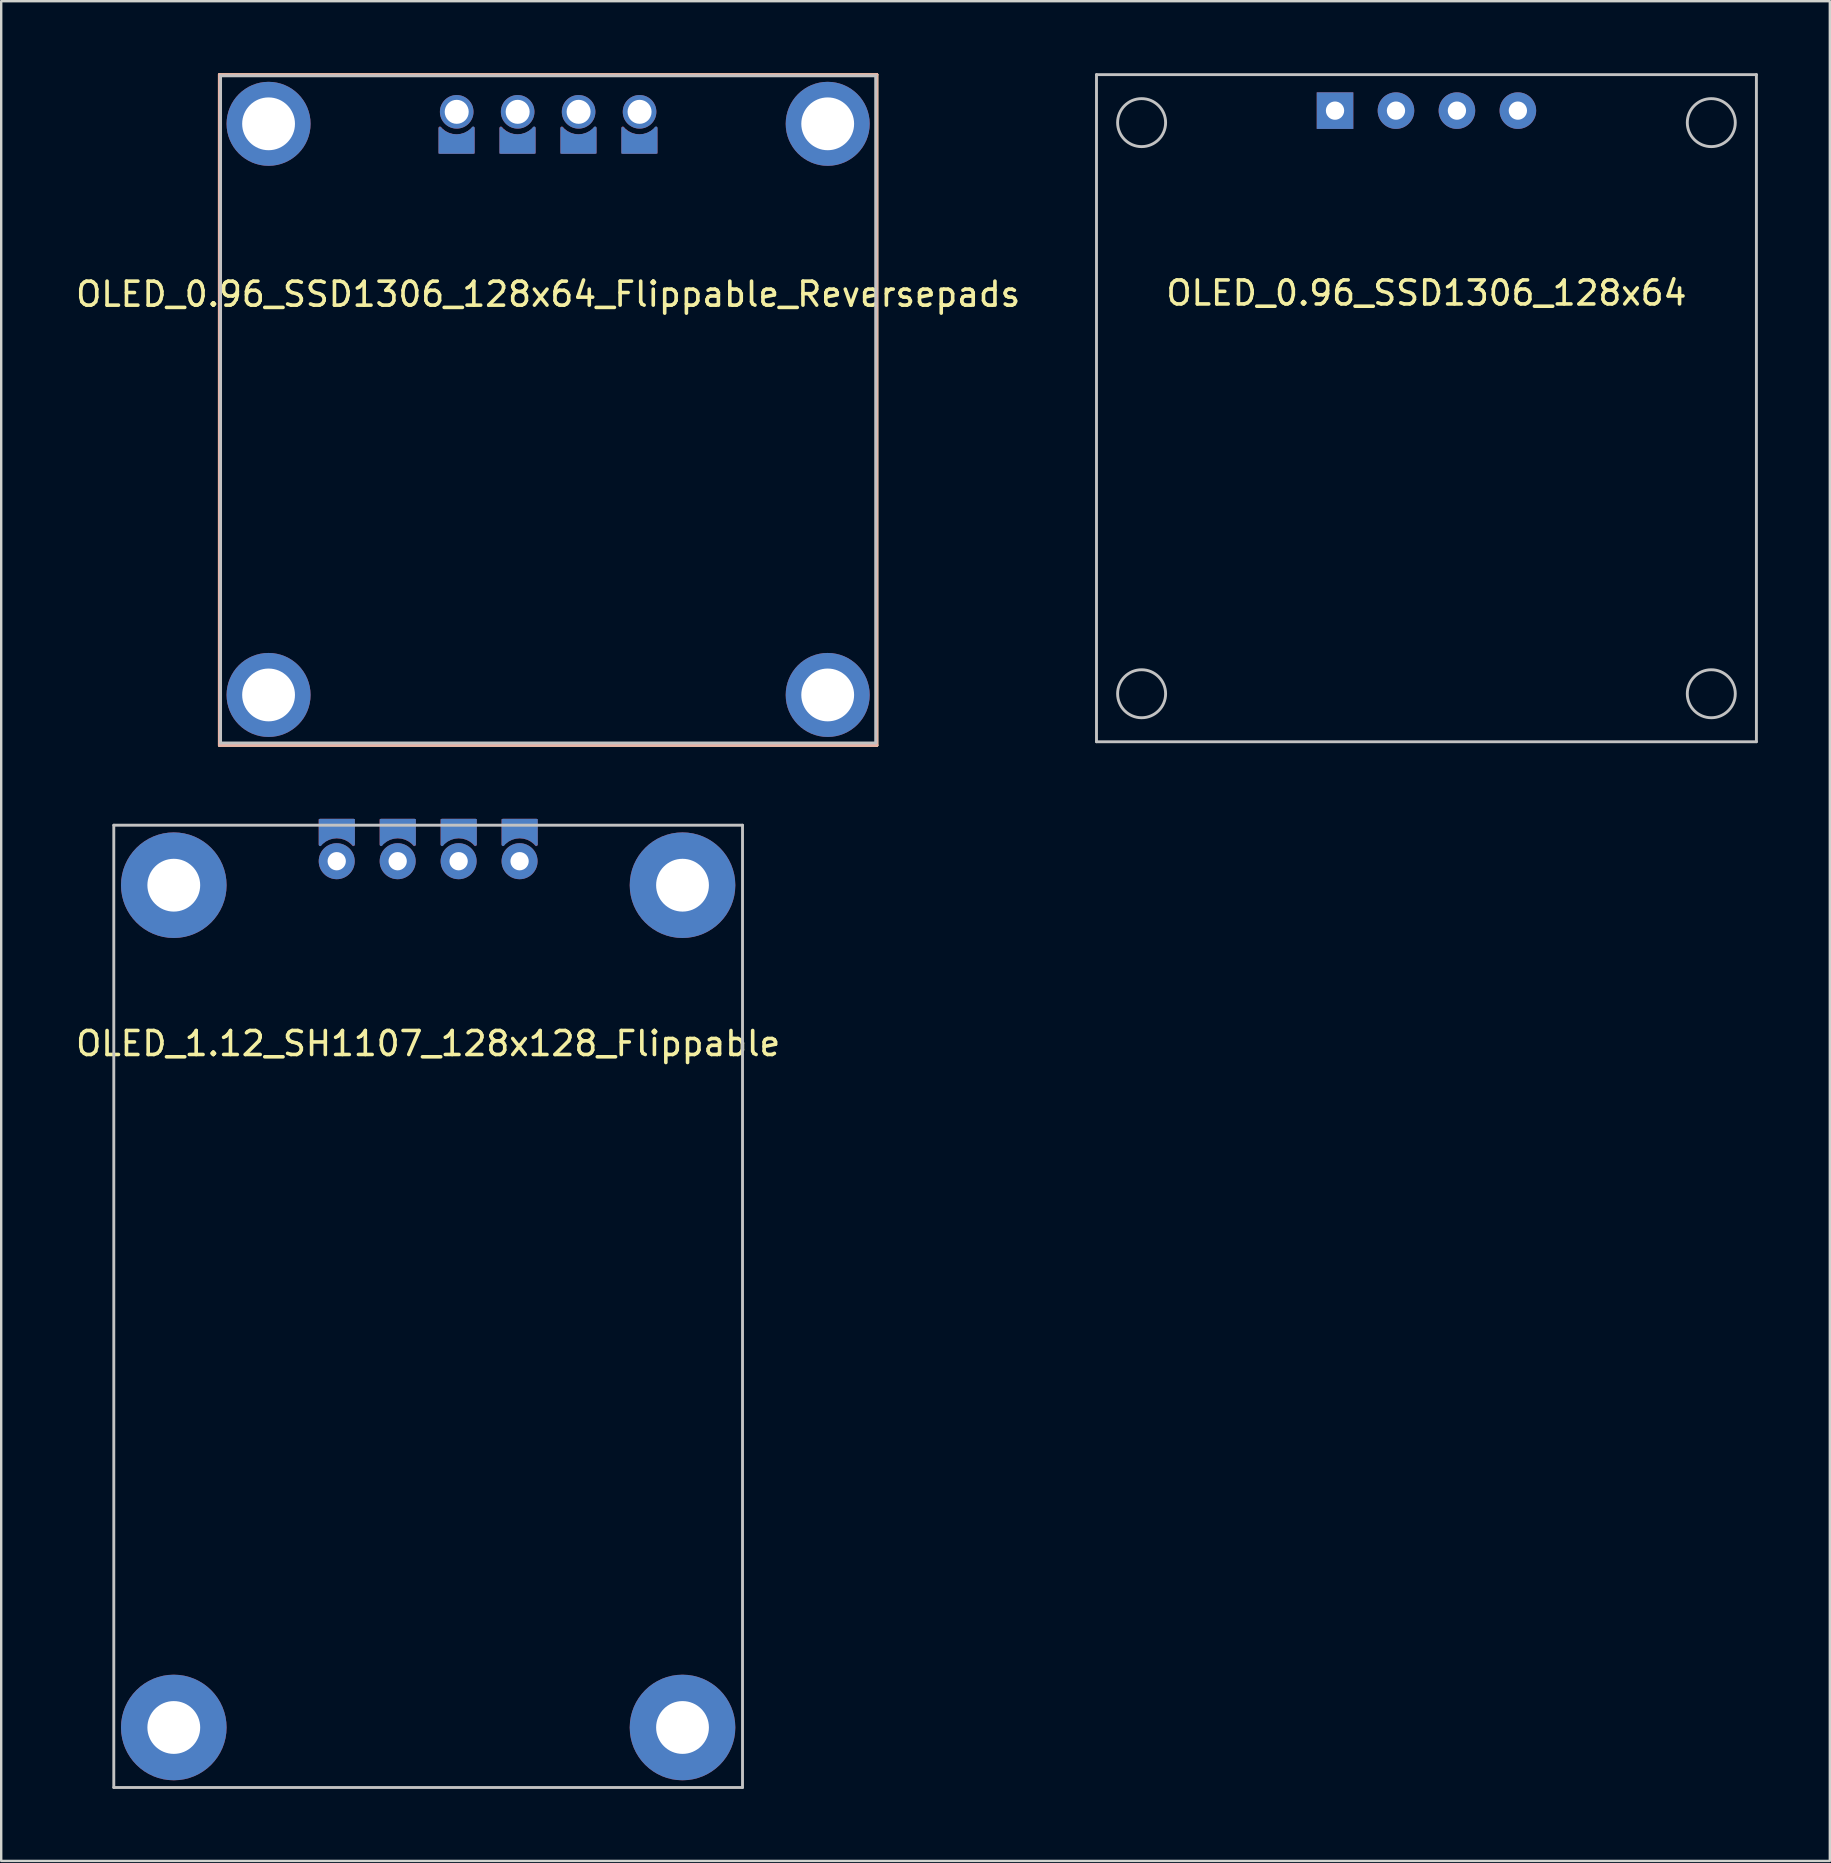
<source format=kicad_pcb>
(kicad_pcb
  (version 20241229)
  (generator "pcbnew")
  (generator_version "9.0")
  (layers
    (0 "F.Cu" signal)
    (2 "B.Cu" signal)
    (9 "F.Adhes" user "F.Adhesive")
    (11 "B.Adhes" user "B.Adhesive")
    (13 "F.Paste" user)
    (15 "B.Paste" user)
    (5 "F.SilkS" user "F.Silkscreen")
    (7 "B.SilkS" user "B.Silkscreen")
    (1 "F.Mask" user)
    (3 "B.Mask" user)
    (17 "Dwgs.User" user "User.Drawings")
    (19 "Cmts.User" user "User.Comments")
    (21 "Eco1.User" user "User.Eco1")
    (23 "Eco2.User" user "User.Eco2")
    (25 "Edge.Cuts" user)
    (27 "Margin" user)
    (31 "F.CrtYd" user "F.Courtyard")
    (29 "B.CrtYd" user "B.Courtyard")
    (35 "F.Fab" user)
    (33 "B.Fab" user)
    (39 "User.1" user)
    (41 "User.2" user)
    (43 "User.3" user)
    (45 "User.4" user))
  (footprint "OLED_1.12_SH1107_128x128_Flippable"
    (layer "F.Cu")
    (at 14.792 32.838)
    (property "Reference" "OLED_1.12_SH1107_128x128_Flippable" (at 0 7.6 0) (layer "F.SilkS") (effects (font (size 1 1) (thickness 0.15))))
    (attr through_hole)
    (fp_line (start -13.1 -1.5) (end 13.1 -1.5) (stroke (width 0.12) (type solid)) (layer "Dwgs.User"))
    (fp_line (start -13.1 38.6) (end -13.1 -1.5) (stroke (width 0.12) (type solid)) (layer "Dwgs.User"))
    (fp_line (start -13.1 38.6) (end 13.1 38.6) (stroke (width 0.12) (type solid)) (layer "Dwgs.User"))
    (fp_line (start 13.1 38.6) (end 13.1 -1.5) (stroke (width 0.12) (type solid)) (layer "Dwgs.User"))
    (pad "" thru_hole circle (at -10.6 1) (size 4.4 4.4) (drill 2.2) (layers "*.Cu" "*.Mask"))
    (pad "" thru_hole circle (at -10.6 36.1) (size 4.4 4.4) (drill 2.2) (layers "*.Cu" "*.Mask"))
    (pad "" thru_hole circle (at -3.81 0 90) (size 1.5 1.5) (drill 0.762) (layers "*.Cu" "*.Mask"))
    (pad "" thru_hole circle (at -1.27 0 90) (size 1.5 1.5) (drill 0.762) (layers "*.Cu" "*.Mask"))
    (pad "" thru_hole circle (at 1.27 0 90) (size 1.5 1.5) (drill 0.762) (layers "*.Cu" "*.Mask"))
    (pad "" thru_hole circle (at 3.81 0 90) (size 1.5 1.5) (drill 0.762) (layers "*.Cu" "*.Mask"))
    (pad "" thru_hole circle (at 10.6 1) (size 4.4 4.4) (drill 2.2) (layers "*.Cu" "*.Mask"))
    (pad "" thru_hole circle (at 10.6 36.1) (size 4.4 4.4) (drill 2.2) (layers "*.Cu" "*.Mask"))
    (pad "1" smd custom (at -3.803 -1.358 270) (size 0.8 1.5) (layers "B.Cu" "B.Mask") (options (anchor rect)) (primitives (gr_poly (pts (xy 0.56 -0.67) (xy 0.34 -0.67) (xy 0.34 -0.3)) (width 0.1) (fill yes)) (gr_line (start 0.67 0.697) (end -0.35 0.697) (width 0.12)) (gr_poly (pts (xy 0.54 0.67) (xy 0.32 0.67) (xy 0.32 0.3)) (width 0.1) (fill yes)) (gr_line (start -0.35 0.697) (end -0.35 -0.69) (width 0.12)) (gr_arc (start 0.67 0.697) (mid 0.346836 0.006416) (end 0.660264 -0.68864) (width 0.12)) (gr_line (start -0.35 -0.69) (end 0.66 -0.69) (width 0.12))))
    (pad "1" smd custom (at 3.808 -1.357 270) (size 0.8 1.5) (layers "F.Cu" "F.Mask") (options (anchor rect)) (primitives (gr_poly (pts (xy 0.56 0.67) (xy 0.34 0.67) (xy 0.34 0.3)) (width 0.1) (fill yes)) (gr_line (start 0.67 -0.697) (end -0.35 -0.697) (width 0.12)) (gr_poly (pts (xy 0.54 -0.67) (xy 0.32 -0.67) (xy 0.32 -0.3)) (width 0.1) (fill yes)) (gr_line (start -0.35 -0.697) (end -0.35 0.69) (width 0.12)) (gr_arc (start 0.660264 0.68864) (mid 0.346837 -0.006416) (end 0.67 -0.697) (width 0.12)) (gr_line (start -0.35 0.69) (end 0.66 0.69) (width 0.12))))
    (pad "2" smd custom (at -1.263 -1.358 270) (size 0.8 1.5) (layers "B.Cu" "B.Mask") (options (anchor rect)) (primitives (gr_poly (pts (xy 0.56 -0.67) (xy 0.34 -0.67) (xy 0.34 -0.3)) (width 0.1) (fill yes)) (gr_line (start 0.67 0.697) (end -0.35 0.697) (width 0.12)) (gr_poly (pts (xy 0.54 0.67) (xy 0.32 0.67) (xy 0.32 0.3)) (width 0.1) (fill yes)) (gr_line (start -0.35 0.697) (end -0.35 -0.69) (width 0.12)) (gr_arc (start 0.67 0.697) (mid 0.346836 0.006416) (end 0.660264 -0.68864) (width 0.12)) (gr_line (start -0.35 -0.69) (end 0.66 -0.69) (width 0.12))))
    (pad "2" smd custom (at 1.268 -1.357 270) (size 0.8 1.5) (layers "F.Cu" "F.Mask") (options (anchor rect)) (primitives (gr_poly (pts (xy 0.56 0.67) (xy 0.34 0.67) (xy 0.34 0.3)) (width 0.1) (fill yes)) (gr_line (start 0.67 -0.697) (end -0.35 -0.697) (width 0.12)) (gr_poly (pts (xy 0.54 -0.67) (xy 0.32 -0.67) (xy 0.32 -0.3)) (width 0.1) (fill yes)) (gr_line (start -0.35 -0.697) (end -0.35 0.69) (width 0.12)) (gr_arc (start 0.660264 0.68864) (mid 0.346837 -0.006416) (end 0.67 -0.697) (width 0.12)) (gr_line (start -0.35 0.69) (end 0.66 0.69) (width 0.12))))
    (pad "3" smd custom (at -1.272 -1.357 270) (size 0.8 1.5) (layers "F.Cu" "F.Mask") (options (anchor rect)) (primitives (gr_poly (pts (xy 0.56 0.67) (xy 0.34 0.67) (xy 0.34 0.3)) (width 0.1) (fill yes)) (gr_line (start 0.67 -0.697) (end -0.35 -0.697) (width 0.12)) (gr_poly (pts (xy 0.54 -0.67) (xy 0.32 -0.67) (xy 0.32 -0.3)) (width 0.1) (fill yes)) (gr_line (start -0.35 -0.697) (end -0.35 0.69) (width 0.12)) (gr_arc (start 0.660264 0.68864) (mid 0.346837 -0.006416) (end 0.67 -0.697) (width 0.12)) (gr_line (start -0.35 0.69) (end 0.66 0.69) (width 0.12))))
    (pad "3" smd custom (at 1.277 -1.358 270) (size 0.8 1.5) (layers "B.Cu" "B.Mask") (options (anchor rect)) (primitives (gr_poly (pts (xy 0.56 -0.67) (xy 0.34 -0.67) (xy 0.34 -0.3)) (width 0.1) (fill yes)) (gr_line (start 0.67 0.697) (end -0.35 0.697) (width 0.12)) (gr_poly (pts (xy 0.54 0.67) (xy 0.32 0.67) (xy 0.32 0.3)) (width 0.1) (fill yes)) (gr_line (start -0.35 0.697) (end -0.35 -0.69) (width 0.12)) (gr_arc (start 0.67 0.697) (mid 0.346836 0.006416) (end 0.660264 -0.68864) (width 0.12)) (gr_line (start -0.35 -0.69) (end 0.66 -0.69) (width 0.12))))
    (pad "4" smd custom (at -3.812 -1.357 270) (size 0.8 1.5) (layers "F.Cu" "F.Mask") (options (anchor rect)) (primitives (gr_poly (pts (xy 0.56 0.67) (xy 0.34 0.67) (xy 0.34 0.3)) (width 0.1) (fill yes)) (gr_line (start 0.67 -0.697) (end -0.35 -0.697) (width 0.12)) (gr_poly (pts (xy 0.54 -0.67) (xy 0.32 -0.67) (xy 0.32 -0.3)) (width 0.1) (fill yes)) (gr_line (start -0.35 -0.697) (end -0.35 0.69) (width 0.12)) (gr_arc (start 0.660264 0.68864) (mid 0.346837 -0.006416) (end 0.67 -0.697) (width 0.12)) (gr_line (start -0.35 0.69) (end 0.66 0.69) (width 0.12))))
    (pad "4" smd custom (at 3.817 -1.358 270) (size 0.8 1.5) (layers "B.Cu" "B.Mask") (options (anchor rect)) (primitives (gr_poly (pts (xy 0.56 -0.67) (xy 0.34 -0.67) (xy 0.34 -0.3)) (width 0.1) (fill yes)) (gr_line (start 0.67 0.697) (end -0.35 0.697) (width 0.12)) (gr_poly (pts (xy 0.54 0.67) (xy 0.32 0.67) (xy 0.32 0.3)) (width 0.1) (fill yes)) (gr_line (start -0.35 0.697) (end -0.35 -0.69) (width 0.12)) (gr_arc (start 0.67 0.697) (mid 0.346836 0.006416) (end 0.660264 -0.68864) (width 0.12)) (gr_line (start -0.35 -0.69) (end 0.66 -0.69) (width 0.12)))))
  (footprint "OLED_0.96_SSD1306_128x64"
    (layer "F.Cu")
    (at 56.393 1.56)
    (property "Reference" "OLED_0.96_SSD1306_128x64" (at 0 7.6 0) (layer "F.SilkS") (effects (font (size 1 1) (thickness 0.15))))
    (attr through_hole)
    (fp_line (start -13.75 -1.5) (end 13.75 -1.5) (stroke (width 0.12) (type solid)) (layer "Dwgs.User"))
    (fp_line (start -13.75 26.3) (end -13.75 -1.5) (stroke (width 0.12) (type solid)) (layer "Dwgs.User"))
    (fp_line (start -13.75 26.3) (end 13.75 26.3) (stroke (width 0.12) (type solid)) (layer "Dwgs.User"))
    (fp_line (start 13.75 26.3) (end 13.75 -1.5) (stroke (width 0.12) (type solid)) (layer "Dwgs.User"))
    (fp_circle (center -11.87 0.5) (end -10.87 0.5) (stroke (width 0.12) (type solid)) (fill no) (layer "Dwgs.User"))
    (fp_circle (center -11.87 24.3) (end -10.87 24.3) (stroke (width 0.12) (type solid)) (fill no) (layer "Dwgs.User"))
    (fp_circle (center 11.87 0.5) (end 12.87 0.5) (stroke (width 0.12) (type solid)) (fill no) (layer "Dwgs.User"))
    (fp_circle (center 11.87 24.3) (end 12.87 24.3) (stroke (width 0.12) (type solid)) (fill no) (layer "Dwgs.User"))
    (pad "1" thru_hole rect (at -3.81 0) (size 1.524 1.524) (drill 0.762) (layers "*.Cu" "*.Mask"))
    (pad "2" thru_hole circle (at -1.27 0) (size 1.524 1.524) (drill 0.762) (layers "*.Cu" "*.Mask"))
    (pad "3" thru_hole circle (at 1.27 0) (size 1.524 1.524) (drill 0.762) (layers "*.Cu" "*.Mask"))
    (pad "4" thru_hole circle (at 3.81 0) (size 1.524 1.524) (drill 0.762) (layers "*.Cu" "*.Mask")))
  (footprint "OLED_0.96_SSD1306_128x64_Flippable_Reversepads"
    (layer "F.Cu")
    (at 19.792 1.61)
    (property "Reference" "OLED_0.96_SSD1306_128x64_Flippable_Reversepads" (at 0 7.6 0) (layer "F.SilkS") (effects (font (size 1 1) (thickness 0.15))))
    (attr through_hole)
    (fp_line (start -13.7 -1.55) (end -13.7 26.4) (stroke (width 0.12) (type solid)) (layer "F.SilkS"))
    (fp_line (start -13.7 26.4) (end 13.7 26.4) (stroke (width 0.12) (type solid)) (layer "F.SilkS"))
    (fp_line (start 13.7 -1.55) (end -13.7 -1.55) (stroke (width 0.12) (type solid)) (layer "F.SilkS"))
    (fp_line (start 13.7 26.4) (end 13.7 -1.55) (stroke (width 0.12) (type solid)) (layer "F.SilkS"))
    (fp_line (start -13.7 -1.55) (end 13.7 -1.55) (stroke (width 0.12) (type solid)) (layer "B.SilkS"))
    (fp_line (start -13.7 26.4) (end -13.7 -1.55) (stroke (width 0.12) (type solid)) (layer "B.SilkS"))
    (fp_line (start 13.7 -1.55) (end 13.7 26.4) (stroke (width 0.12) (type solid)) (layer "B.SilkS"))
    (fp_line (start 13.7 26.4) (end -13.7 26.4) (stroke (width 0.12) (type solid)) (layer "B.SilkS"))
    (fp_line (start -13.65 -1.5) (end 13.65 -1.5) (stroke (width 0.12) (type solid)) (layer "Dwgs.User"))
    (fp_line (start -13.65 26.3) (end -13.65 -1.5) (stroke (width 0.12) (type solid)) (layer "Dwgs.User"))
    (fp_line (start -13.65 26.3) (end 13.65 26.3) (stroke (width 0.12) (type solid)) (layer "Dwgs.User"))
    (fp_line (start 13.65 26.3) (end 13.65 -1.5) (stroke (width 0.12) (type solid)) (layer "Dwgs.User"))
    (pad "" thru_hole circle (at -11.65 0.5) (size 3.5 3.5) (drill 2.2) (layers "*.Cu" "*.Mask"))
    (pad "" thru_hole circle (at -11.65 24.3) (size 3.5 3.5) (drill 2.2) (layers "*.Cu" "*.Mask"))
    (pad "" thru_hole circle (at -3.81 0 90) (size 1.4 1.4) (drill 1) (layers "*.Cu" "*.Mask"))
    (pad "" thru_hole circle (at -1.27 0 90) (size 1.4 1.4) (drill 1) (layers "*.Cu" "*.Mask"))
    (pad "" thru_hole circle (at 1.27 0 90) (size 1.4 1.4) (drill 1) (layers "*.Cu" "*.Mask"))
    (pad "" thru_hole circle (at 3.81 0 90) (size 1.4 1.4) (drill 1) (layers "*.Cu" "*.Mask"))
    (pad "" thru_hole circle (at 11.65 0.5) (size 3.5 3.5) (drill 2.2) (layers "*.Cu" "*.Mask"))
    (pad "" thru_hole circle (at 11.65 24.3) (size 3.5 3.5) (drill 2.2) (layers "*.Cu" "*.Mask"))
    (pad "1" smd custom (at -3.82 1.34 90) (size 0.8 1.5) (layers "B.Cu" "B.Mask") (options (anchor rect)) (primitives (gr_poly (pts (xy 0.56 -0.67) (xy 0.34 -0.67) (xy 0.34 -0.3)) (width 0.1) (fill yes)) (gr_line (start 0.67 0.697) (end -0.35 0.697) (width 0.12)) (gr_poly (pts (xy 0.54 0.67) (xy 0.32 0.67) (xy 0.32 0.3)) (width 0.1) (fill yes)) (gr_line (start -0.35 0.697) (end -0.35 -0.69) (width 0.12)) (gr_arc (start 0.67 0.697) (mid 0.346892 0.011995) (end 0.651894 -0.681261) (width 0.12)) (gr_line (start -0.35 -0.69) (end 0.66 -0.69) (width 0.12))))
    (pad "1" smd custom (at 3.808 1.339 90) (size 0.8 1.5) (layers "F.Cu" "F.Mask") (options (anchor rect)) (primitives (gr_poly (pts (xy 0.56 0.67) (xy 0.34 0.67) (xy 0.34 0.3)) (width 0.1) (fill yes)) (gr_line (start 0.67 -0.697) (end -0.35 -0.697) (width 0.12)) (gr_poly (pts (xy 0.54 -0.67) (xy 0.32 -0.67) (xy 0.32 -0.3)) (width 0.1) (fill yes)) (gr_line (start -0.35 -0.697) (end -0.35 0.69) (width 0.12)) (gr_arc (start 0.660264 0.68864) (mid 0.346832 -0.00562) (end 0.668786 -0.69597) (width 0.12)) (gr_line (start -0.35 0.69) (end 0.66 0.69) (width 0.12))))
    (pad "2" smd custom (at -1.28 1.34 90) (size 0.8 1.5) (layers "B.Cu" "B.Mask") (options (anchor rect)) (primitives (gr_poly (pts (xy 0.56 -0.67) (xy 0.34 -0.67) (xy 0.34 -0.3)) (width 0.1) (fill yes)) (gr_line (start 0.67 0.697) (end -0.35 0.697) (width 0.12)) (gr_poly (pts (xy 0.54 0.67) (xy 0.32 0.67) (xy 0.32 0.3)) (width 0.1) (fill yes)) (gr_line (start -0.35 0.697) (end -0.35 -0.69) (width 0.12)) (gr_arc (start 0.67 0.697) (mid 0.346892 0.011995) (end 0.651894 -0.681261) (width 0.12)) (gr_line (start -0.35 -0.69) (end 0.66 -0.69) (width 0.12))))
    (pad "2" smd custom (at 1.268 1.339 90) (size 0.8 1.5) (layers "F.Cu" "F.Mask") (options (anchor rect)) (primitives (gr_poly (pts (xy 0.56 0.67) (xy 0.34 0.67) (xy 0.34 0.3)) (width 0.1) (fill yes)) (gr_line (start 0.67 -0.697) (end -0.35 -0.697) (width 0.12)) (gr_poly (pts (xy 0.54 -0.67) (xy 0.32 -0.67) (xy 0.32 -0.3)) (width 0.1) (fill yes)) (gr_line (start -0.35 -0.697) (end -0.35 0.69) (width 0.12)) (gr_arc (start 0.660264 0.68864) (mid 0.346832 -0.00562) (end 0.668786 -0.69597) (width 0.12)) (gr_line (start -0.35 0.69) (end 0.66 0.69) (width 0.12))))
    (pad "3" smd custom (at -1.272 1.339 90) (size 0.8 1.5) (layers "F.Cu" "F.Mask") (options (anchor rect)) (primitives (gr_poly (pts (xy 0.56 0.67) (xy 0.34 0.67) (xy 0.34 0.3)) (width 0.1) (fill yes)) (gr_line (start 0.67 -0.697) (end -0.35 -0.697) (width 0.12)) (gr_poly (pts (xy 0.54 -0.67) (xy 0.32 -0.67) (xy 0.32 -0.3)) (width 0.1) (fill yes)) (gr_line (start -0.35 -0.697) (end -0.35 0.69) (width 0.12)) (gr_arc (start 0.660264 0.68864) (mid 0.346832 -0.00562) (end 0.668786 -0.69597) (width 0.12)) (gr_line (start -0.35 0.69) (end 0.66 0.69) (width 0.12))))
    (pad "3" smd custom (at 1.26 1.34 90) (size 0.8 1.5) (layers "B.Cu" "B.Mask") (options (anchor rect)) (primitives (gr_poly (pts (xy 0.56 -0.67) (xy 0.34 -0.67) (xy 0.34 -0.3)) (width 0.1) (fill yes)) (gr_line (start 0.67 0.697) (end -0.35 0.697) (width 0.12)) (gr_poly (pts (xy 0.54 0.67) (xy 0.32 0.67) (xy 0.32 0.3)) (width 0.1) (fill yes)) (gr_line (start -0.35 0.697) (end -0.35 -0.69) (width 0.12)) (gr_arc (start 0.67 0.697) (mid 0.346892 0.011995) (end 0.651894 -0.681261) (width 0.12)) (gr_line (start -0.35 -0.69) (end 0.66 -0.69) (width 0.12))))
    (pad "4" smd custom (at -3.812 1.339 90) (size 0.8 1.5) (layers "F.Cu" "F.Mask") (options (anchor rect)) (primitives (gr_poly (pts (xy 0.56 0.67) (xy 0.34 0.67) (xy 0.34 0.3)) (width 0.1) (fill yes)) (gr_line (start 0.67 -0.697) (end -0.35 -0.697) (width 0.12)) (gr_poly (pts (xy 0.54 -0.67) (xy 0.32 -0.67) (xy 0.32 -0.3)) (width 0.1) (fill yes)) (gr_line (start -0.35 -0.697) (end -0.35 0.69) (width 0.12)) (gr_arc (start 0.660264 0.68864) (mid 0.346832 -0.00562) (end 0.668786 -0.69597) (width 0.12)) (gr_line (start -0.35 0.69) (end 0.66 0.69) (width 0.12))))
    (pad "4" smd custom (at 3.8 1.34 90) (size 0.8 1.5) (layers "B.Cu" "B.Mask") (options (anchor rect)) (primitives (gr_poly (pts (xy 0.56 -0.67) (xy 0.34 -0.67) (xy 0.34 -0.3)) (width 0.1) (fill yes)) (gr_line (start 0.67 0.697) (end -0.35 0.697) (width 0.12)) (gr_poly (pts (xy 0.54 0.67) (xy 0.32 0.67) (xy 0.32 0.3)) (width 0.1) (fill yes)) (gr_line (start -0.35 0.697) (end -0.35 -0.69) (width 0.12)) (gr_arc (start 0.67 0.697) (mid 0.346892 0.011995) (end 0.651894 -0.681261) (width 0.12)) (gr_line (start -0.35 -0.69) (end 0.66 -0.69) (width 0.12)))))
  (gr_rect
    (start -3 -3)
    (end 73.203 74.498)
    (stroke (width 0.1) (type default))
    (fill no)
    (layer "Edge.Cuts")))
</source>
